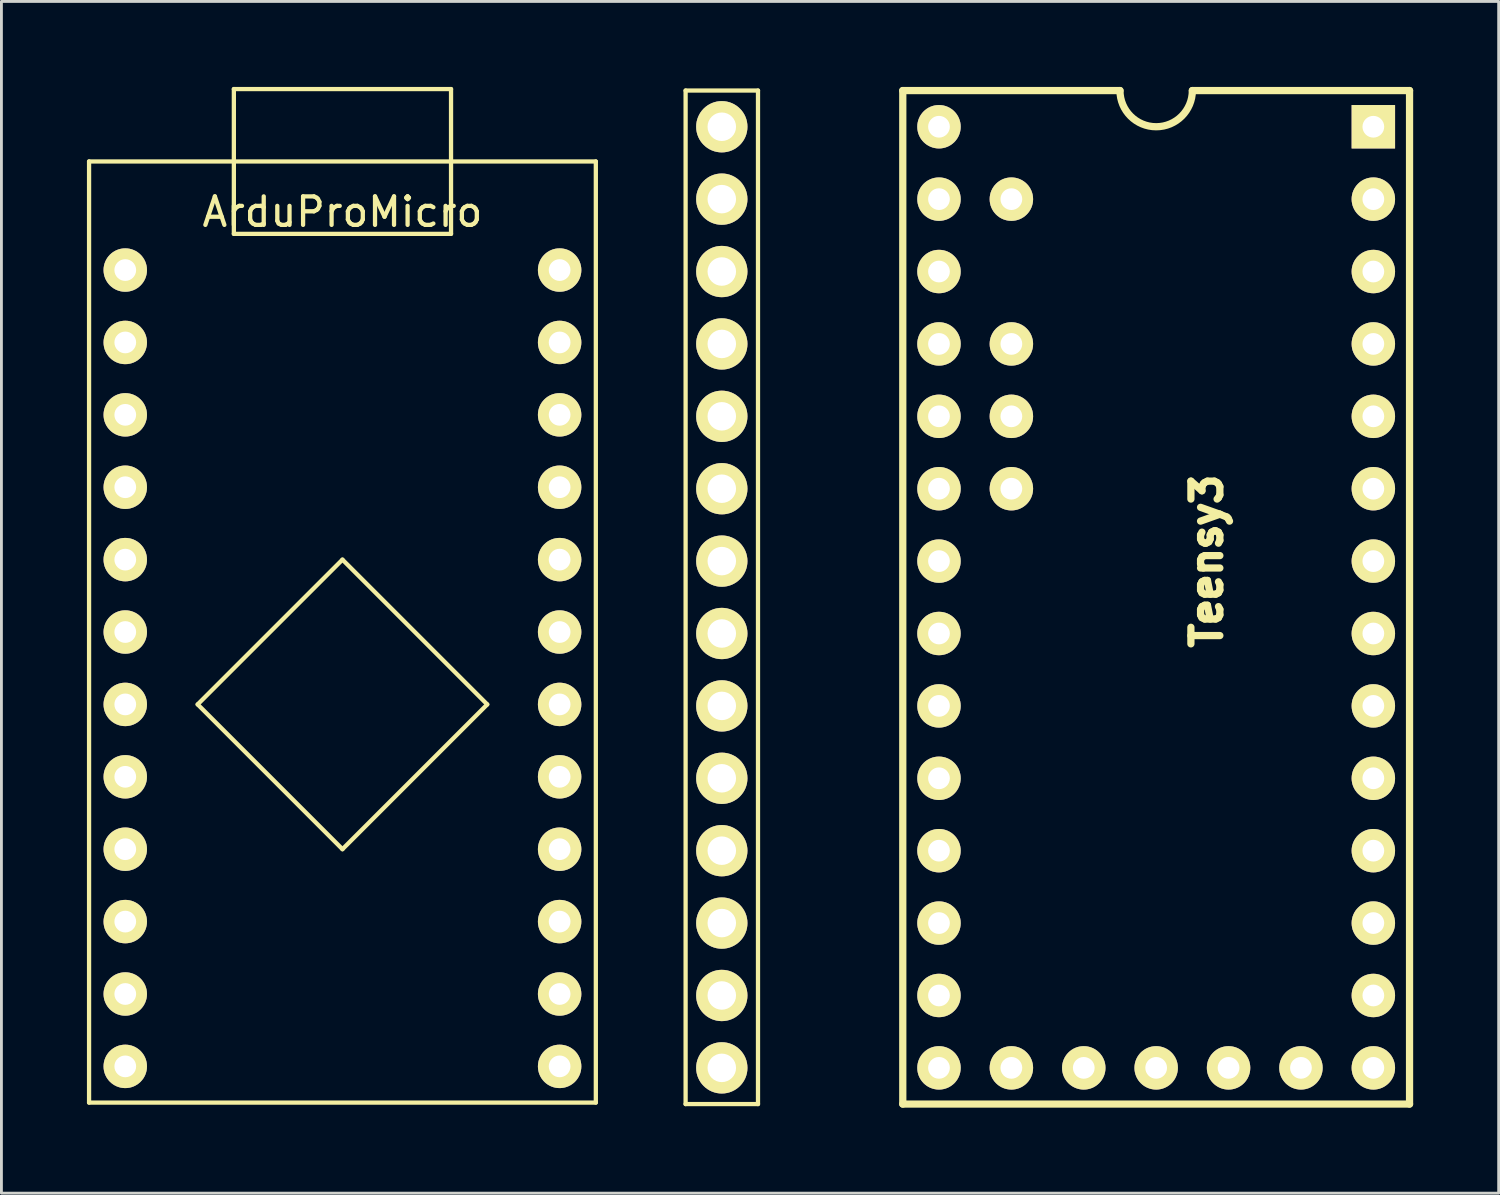
<source format=kicad_pcb>
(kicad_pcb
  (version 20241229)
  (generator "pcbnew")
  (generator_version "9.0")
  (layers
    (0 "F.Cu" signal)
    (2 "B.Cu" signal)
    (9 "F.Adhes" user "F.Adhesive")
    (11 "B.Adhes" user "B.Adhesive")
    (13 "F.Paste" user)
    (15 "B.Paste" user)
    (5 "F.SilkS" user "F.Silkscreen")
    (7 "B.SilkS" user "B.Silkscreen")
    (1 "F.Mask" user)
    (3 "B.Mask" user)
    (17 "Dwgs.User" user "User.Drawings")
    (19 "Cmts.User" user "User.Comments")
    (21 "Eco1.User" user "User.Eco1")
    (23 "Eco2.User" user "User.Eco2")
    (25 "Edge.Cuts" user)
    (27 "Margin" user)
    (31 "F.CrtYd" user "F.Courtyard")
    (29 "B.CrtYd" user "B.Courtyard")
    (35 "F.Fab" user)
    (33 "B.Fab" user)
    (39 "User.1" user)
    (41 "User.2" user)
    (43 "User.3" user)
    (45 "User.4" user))
  (footprint "ArduProMicro"
    (layer "F.Cu")
    (at 8.965 3.885)
    (property "Reference" "ArduProMicro" (at 0 0.5 0) (layer "F.SilkS") (effects (font (size 1 1) (thickness 0.15))))
    (attr through_hole)
    (fp_line (start -8.89 -1.27) (end 8.89 -1.27) (stroke (width 0.15) (type solid)) (layer "F.SilkS"))
    (fp_line (start -8.89 31.75) (end -8.89 -1.27) (stroke (width 0.15) (type solid)) (layer "F.SilkS"))
    (fp_line (start -5.08 17.78) (end 0 12.7) (stroke (width 0.15) (type solid)) (layer "F.SilkS"))
    (fp_line (start -3.81 -3.81) (end -3.81 1.27) (stroke (width 0.15) (type solid)) (layer "F.SilkS"))
    (fp_line (start -3.81 1.27) (end 3.81 1.27) (stroke (width 0.15) (type solid)) (layer "F.SilkS"))
    (fp_line (start 0 12.7) (end 5.08 17.78) (stroke (width 0.15) (type solid)) (layer "F.SilkS"))
    (fp_line (start 0 22.86) (end -5.08 17.78) (stroke (width 0.15) (type solid)) (layer "F.SilkS"))
    (fp_line (start 3.81 -3.81) (end -3.81 -3.81) (stroke (width 0.15) (type solid)) (layer "F.SilkS"))
    (fp_line (start 3.81 1.27) (end 3.81 -3.81) (stroke (width 0.15) (type solid)) (layer "F.SilkS"))
    (fp_line (start 5.08 17.78) (end 0 22.86) (stroke (width 0.15) (type solid)) (layer "F.SilkS"))
    (fp_line (start 8.89 -1.27) (end 8.89 31.75) (stroke (width 0.15) (type solid)) (layer "F.SilkS"))
    (fp_line (start 8.89 31.75) (end -8.89 31.75) (stroke (width 0.15) (type solid)) (layer "F.SilkS"))
    (pad "1" thru_hole circle (at -7.62 25.4) (size 1.524 1.524) (drill 0.762) (layers "*.Cu" "*.Mask" "F.SilkS"))
    (pad "7" thru_hole circle (at 7.62 2.54) (size 1.524 1.524) (drill 0.762) (layers "*.Cu" "*.Mask" "F.SilkS"))
    (pad "9" thru_hole circle (at 7.62 22.86) (size 1.524 1.524) (drill 0.762) (layers "*.Cu" "*.Mask" "F.SilkS"))
    (pad "10" thru_hole circle (at 7.62 27.94) (size 1.524 1.524) (drill 0.762) (layers "*.Cu" "*.Mask" "F.SilkS"))
    (pad "11" thru_hole circle (at 7.62 25.4) (size 1.524 1.524) (drill 0.762) (layers "*.Cu" "*.Mask" "F.SilkS"))
    (pad "13" thru_hole circle (at 7.62 7.62) (size 1.524 1.524) (drill 0.762) (layers "*.Cu" "*.Mask" "F.SilkS"))
    (pad "14" thru_hole circle (at 7.62 10.16) (size 1.524 1.524) (drill 0.762) (layers "*.Cu" "*.Mask" "F.SilkS"))
    (pad "15" thru_hole circle (at -7.62 7.62) (size 1.524 1.524) (drill 0.762) (layers "*.Cu" "*.Mask" "F.SilkS"))
    (pad "18" thru_hole circle (at -7.62 15.24) (size 1.524 1.524) (drill 0.762) (layers "*.Cu" "*.Mask" "F.SilkS"))
    (pad "19" thru_hole circle (at -7.62 12.7) (size 1.524 1.524) (drill 0.762) (layers "*.Cu" "*.Mask" "F.SilkS"))
    (pad "20" thru_hole circle (at -7.62 5.08) (size 1.524 1.524) (drill 0.762) (layers "*.Cu" "*.Mask" "F.SilkS"))
    (pad "21" thru_hole circle (at -7.62 2.54) (size 1.524 1.524) (drill 0.762) (layers "*.Cu" "*.Mask" "F.SilkS"))
    (pad "23" thru_hole circle (at -7.62 10.16) (size 1.524 1.524) (drill 0.762) (layers "*.Cu" "*.Mask" "F.SilkS"))
    (pad "25" thru_hole circle (at -7.62 17.78) (size 1.524 1.524) (drill 0.762) (layers "*.Cu" "*.Mask" "F.SilkS"))
    (pad "27" thru_hole circle (at -7.62 22.86) (size 1.524 1.524) (drill 0.762) (layers "*.Cu" "*.Mask" "F.SilkS"))
    (pad "28" thru_hole circle (at -7.62 27.94) (size 1.524 1.524) (drill 0.762) (layers "*.Cu" "*.Mask" "F.SilkS"))
    (pad "29" thru_hole circle (at -7.62 30.48) (size 1.524 1.524) (drill 0.762) (layers "*.Cu" "*.Mask" "F.SilkS"))
    (pad "30" thru_hole circle (at 7.62 30.48) (size 1.524 1.524) (drill 0.762) (layers "*.Cu" "*.Mask" "F.SilkS"))
    (pad "31" thru_hole circle (at -7.62 20.32) (size 1.524 1.524) (drill 0.762) (layers "*.Cu" "*.Mask" "F.SilkS"))
    (pad "35" thru_hole circle (at 7.62 5.08) (size 1.524 1.524) (drill 0.762) (layers "*.Cu" "*.Mask" "F.SilkS"))
    (pad "36" thru_hole circle (at 7.62 20.32) (size 1.524 1.524) (drill 0.762) (layers "*.Cu" "*.Mask" "F.SilkS"))
    (pad "37" thru_hole circle (at 7.62 17.78) (size 1.524 1.524) (drill 0.762) (layers "*.Cu" "*.Mask" "F.SilkS"))
    (pad "38" thru_hole circle (at 7.62 15.24) (size 1.524 1.524) (drill 0.762) (layers "*.Cu" "*.Mask" "F.SilkS"))
    (pad "39" thru_hole circle (at 7.62 12.7) (size 1.524 1.524) (drill 0.762) (layers "*.Cu" "*.Mask" "F.SilkS")))
  (footprint "Teensy3"
    (layer "F.Cu")
    (at 31.165 15.367)
    (property "Reference" "Teensy3" (at 8.128 1.27 90) (layer "F.SilkS") (effects (font (size 1.016 1.016) (thickness 0.254))))
    (attr through_hole)
    (fp_line (start -10.16 -15.24) (end -7.62 -15.24) (stroke (width 0.15) (type solid)) (layer "F.SilkS"))
    (fp_line (start -10.16 20.32) (end -10.16 -15.24) (stroke (width 0.15) (type solid)) (layer "F.SilkS"))
    (fp_line (start -7.62 -15.24) (end -7.62 20.32) (stroke (width 0.15) (type solid)) (layer "F.SilkS"))
    (fp_line (start -7.62 20.32) (end -10.16 20.32) (stroke (width 0.15) (type solid)) (layer "F.SilkS"))
    (fp_line (start -2.54 20.32) (end -2.54 -15.24) (stroke (width 0.254) (type solid)) (layer "F.SilkS"))
    (fp_line (start 5.08 -15.24) (end -2.54 -15.24) (stroke (width 0.254) (type solid)) (layer "F.SilkS"))
    (fp_line (start 15.24 -15.24) (end 7.62 -15.24) (stroke (width 0.254) (type solid)) (layer "F.SilkS"))
    (fp_line (start 15.24 -15.24) (end 15.24 20.32) (stroke (width 0.254) (type solid)) (layer "F.SilkS"))
    (fp_line (start 15.24 20.32) (end -2.54 20.32) (stroke (width 0.254) (type solid)) (layer "F.SilkS"))
    (fp_arc (start 7.62 -15.24) (mid 6.35 -13.97) (end 5.08 -15.24) (stroke (width 0.254) (type solid)) (layer "F.SilkS"))
    (pad "1" thru_hole rect (at 13.97 -13.97 180) (size 1.524 1.524) (drill 0.762) (layers "*.Cu" "*.Mask" "F.SilkS"))
    (pad "2" thru_hole circle (at 13.97 -11.43 180) (size 1.524 1.524) (drill 0.762) (layers "*.Cu" "*.Mask" "F.SilkS"))
    (pad "3" thru_hole circle (at 13.97 -8.89 180) (size 1.524 1.524) (drill 0.762) (layers "*.Cu" "*.Mask" "F.SilkS"))
    (pad "4" thru_hole circle (at 13.97 -6.35 180) (size 1.524 1.524) (drill 0.762) (layers "*.Cu" "*.Mask" "F.SilkS"))
    (pad "5" thru_hole circle (at 13.97 -3.81 180) (size 1.524 1.524) (drill 0.762) (layers "*.Cu" "*.Mask" "F.SilkS"))
    (pad "6" thru_hole circle (at 13.97 -1.27 180) (size 1.524 1.524) (drill 0.762) (layers "*.Cu" "*.Mask" "F.SilkS"))
    (pad "7" thru_hole circle (at 13.97 1.27 180) (size 1.524 1.524) (drill 0.762) (layers "*.Cu" "*.Mask" "F.SilkS"))
    (pad "8" thru_hole circle (at 13.97 3.81 180) (size 1.524 1.524) (drill 0.762) (layers "*.Cu" "*.Mask" "F.SilkS"))
    (pad "9" thru_hole circle (at 13.97 6.35 180) (size 1.524 1.524) (drill 0.762) (layers "*.Cu" "*.Mask" "F.SilkS"))
    (pad "10" thru_hole circle (at 13.97 8.89 180) (size 1.524 1.524) (drill 0.762) (layers "*.Cu" "*.Mask" "F.SilkS"))
    (pad "11" thru_hole circle (at 13.97 11.43 180) (size 1.524 1.524) (drill 0.762) (layers "*.Cu" "*.Mask" "F.SilkS"))
    (pad "12" thru_hole circle (at 13.97 13.97 180) (size 1.524 1.524) (drill 0.762) (layers "*.Cu" "*.Mask" "F.SilkS"))
    (pad "13" thru_hole circle (at 13.97 16.51 180) (size 1.524 1.524) (drill 0.762) (layers "*.Cu" "*.Mask" "F.SilkS"))
    (pad "14" thru_hole circle (at 13.97 19.05 180) (size 1.524 1.524) (drill 0.762) (layers "*.Cu" "*.Mask" "F.SilkS"))
    (pad "15" thru_hole circle (at 11.43 19.05 180) (size 1.524 1.524) (drill 0.762) (layers "*.Cu" "*.Mask" "F.SilkS"))
    (pad "16" thru_hole circle (at 8.89 19.05 180) (size 1.524 1.524) (drill 0.762) (layers "*.Cu" "F.Mask" "F.SilkS"))
    (pad "17" thru_hole circle (at 6.35 19.05 180) (size 1.524 1.524) (drill 0.762) (layers "*.Cu" "*.Mask" "F.SilkS"))
    (pad "18" thru_hole circle (at 3.81 19.05 180) (size 1.524 1.524) (drill 0.762) (layers "*.Cu" "*.Mask" "F.SilkS"))
    (pad "19" thru_hole circle (at 1.27 19.05 180) (size 1.524 1.524) (drill 0.762) (layers "*.Cu" "*.Mask" "F.SilkS"))
    (pad "20" thru_hole circle (at -1.27 19.05 180) (size 1.524 1.524) (drill 0.762) (layers "*.Cu" "*.Mask" "F.SilkS"))
    (pad "21" thru_hole circle (at -1.27 16.51 180) (size 1.524 1.524) (drill 0.762) (layers "*.Cu" "*.Mask" "F.SilkS"))
    (pad "22" thru_hole circle (at -1.27 13.97 180) (size 1.524 1.524) (drill 0.762) (layers "*.Cu" "*.Mask" "F.SilkS"))
    (pad "23" thru_hole circle (at -1.27 11.43 180) (size 1.524 1.524) (drill 0.762) (layers "*.Cu" "*.Mask" "F.SilkS"))
    (pad "24" thru_hole circle (at -1.27 8.89 180) (size 1.524 1.524) (drill 0.762) (layers "*.Cu" "*.Mask" "F.SilkS"))
    (pad "25" thru_hole circle (at -1.27 6.35 180) (size 1.524 1.524) (drill 0.762) (layers "*.Cu" "*.Mask" "F.SilkS"))
    (pad "26" thru_hole circle (at -1.27 3.81 180) (size 1.524 1.524) (drill 0.762) (layers "*.Cu" "*.Mask" "F.SilkS"))
    (pad "27" thru_hole circle (at -1.27 1.27 180) (size 1.524 1.524) (drill 0.762) (layers "*.Cu" "*.Mask" "F.SilkS"))
    (pad "28" thru_hole circle (at -1.27 -1.27 180) (size 1.524 1.524) (drill 0.762) (layers "*.Cu" "*.Mask" "F.SilkS"))
    (pad "29" thru_hole circle (at -1.27 -3.81 180) (size 1.524 1.524) (drill 0.762) (layers "*.Cu" "*.Mask" "F.SilkS"))
    (pad "30" thru_hole circle (at -1.27 -6.35 180) (size 1.524 1.524) (drill 0.762) (layers "*.Cu" "*.Mask" "F.SilkS"))
    (pad "31" thru_hole circle (at -1.27 -8.89 180) (size 1.524 1.524) (drill 0.762) (layers "*.Cu" "*.Mask" "F.SilkS"))
    (pad "32" thru_hole circle (at -1.27 -11.43 180) (size 1.524 1.524) (drill 0.762) (layers "*.Cu" "*.Mask" "F.SilkS"))
    (pad "33" thru_hole circle (at -1.27 -13.97 180) (size 1.524 1.524) (drill 0.762) (layers "*.Cu" "*.Mask" "F.SilkS"))
    (pad "34" thru_hole circle (at -8.89 -13.97) (size 1.8 1.8) (drill 1) (layers "*.Cu" "*.Mask" "F.SilkS"))
    (pad "35" thru_hole circle (at -8.89 -11.43) (size 1.8 1.8) (drill 1) (layers "*.Cu" "*.Mask" "F.SilkS"))
    (pad "36" thru_hole circle (at -8.89 -8.89) (size 1.8 1.8) (drill 1) (layers "*.Cu" "*.Mask" "F.SilkS"))
    (pad "37" thru_hole circle (at -8.89 -6.35) (size 1.8 1.8) (drill 1) (layers "*.Cu" "*.Mask" "F.SilkS"))
    (pad "38" thru_hole circle (at -8.89 -3.81) (size 1.8 1.8) (drill 1) (layers "*.Cu" "*.Mask" "F.SilkS"))
    (pad "39" thru_hole circle (at -8.89 -1.27) (size 1.8 1.8) (drill 1) (layers "*.Cu" "*.Mask" "F.SilkS"))
    (pad "40" thru_hole circle (at -8.89 1.27) (size 1.8 1.8) (drill 1) (layers "*.Cu" "*.Mask" "F.SilkS"))
    (pad "41" thru_hole circle (at -8.89 3.81) (size 1.8 1.8) (drill 1) (layers "*.Cu" "*.Mask" "F.SilkS"))
    (pad "42" thru_hole circle (at -8.89 6.35) (size 1.8 1.8) (drill 1) (layers "*.Cu" "*.Mask" "F.SilkS"))
    (pad "43" thru_hole circle (at -8.89 8.89) (size 1.8 1.8) (drill 1) (layers "*.Cu" "*.Mask" "F.SilkS"))
    (pad "44" thru_hole circle (at -8.89 11.43) (size 1.8 1.8) (drill 1) (layers "*.Cu" "*.Mask" "F.SilkS"))
    (pad "45" thru_hole circle (at -8.89 13.97) (size 1.8 1.8) (drill 1) (layers "*.Cu" "*.Mask" "F.SilkS"))
    (pad "46" thru_hole circle (at -8.89 16.51) (size 1.8 1.8) (drill 1) (layers "*.Cu" "*.Mask" "F.SilkS"))
    (pad "47" thru_hole circle (at -8.89 19.05) (size 1.8 1.8) (drill 1) (layers "*.Cu" "*.Mask" "F.SilkS"))
    (pad "48" thru_hole circle (at 1.27 -1.27 180) (size 1.524 1.524) (drill 0.762) (layers "*.Cu" "*.Mask" "F.SilkS"))
    (pad "49" thru_hole circle (at 1.27 -3.81 180) (size 1.524 1.524) (drill 0.762) (layers "*.Cu" "*.Mask" "F.SilkS"))
    (pad "50" thru_hole circle (at 1.27 -6.35 180) (size 1.524 1.524) (drill 0.762) (layers "*.Cu" "*.Mask" "F.SilkS"))
    (pad "51" thru_hole circle (at 1.27 -11.43 180) (size 1.524 1.524) (drill 0.762) (layers "*.Cu" "*.Mask" "F.SilkS")))
  (gr_rect
    (start -3 -3)
    (end 49.532 38.814)
    (stroke (width 0.1) (type default))
    (fill no)
    (layer "Edge.Cuts")))
</source>
